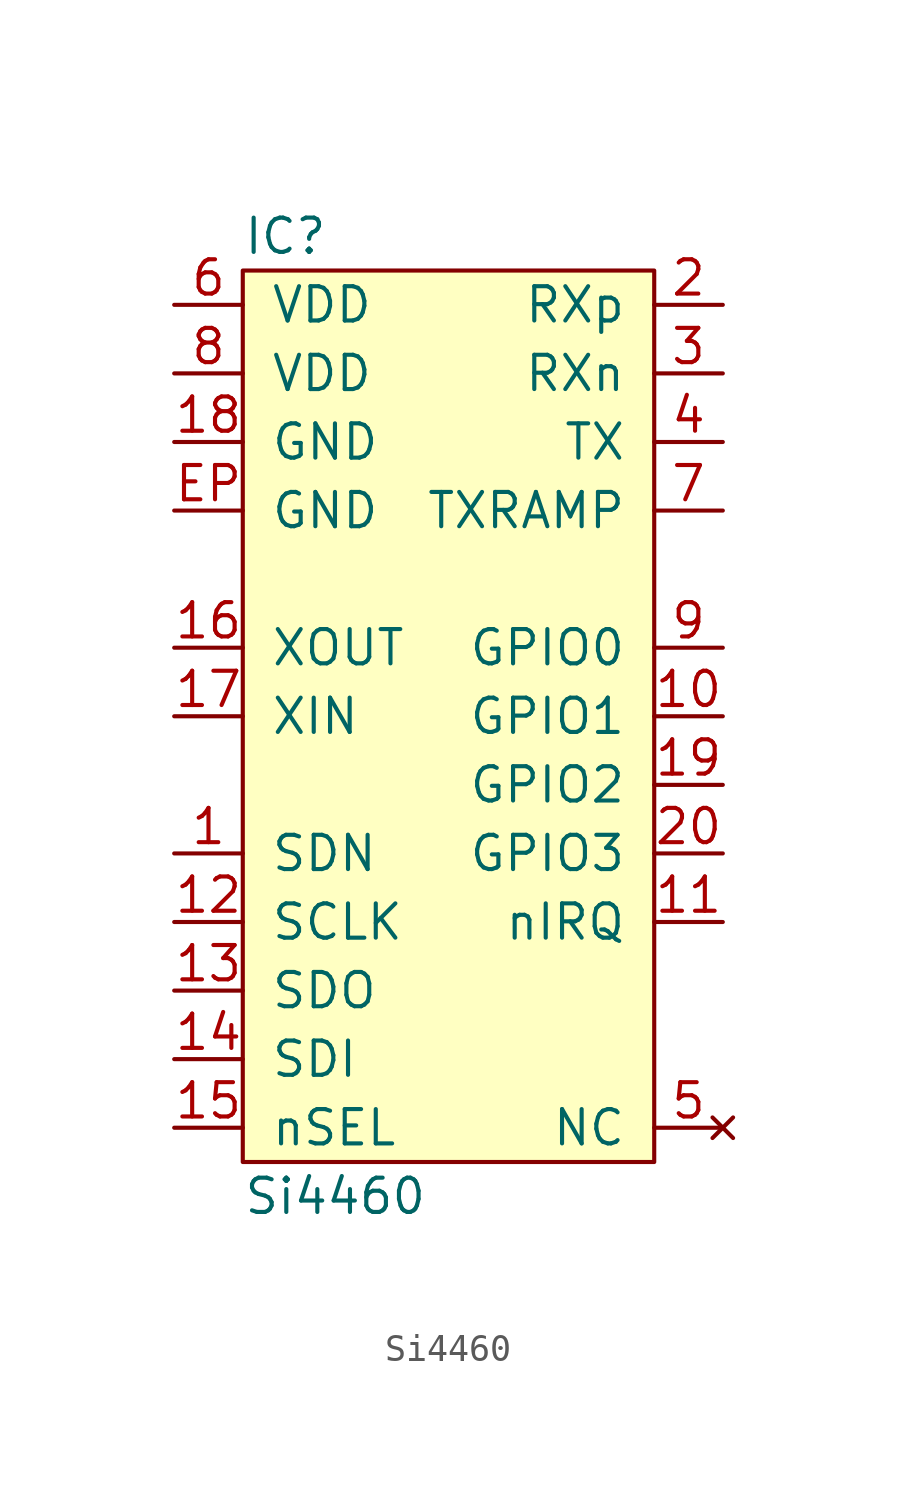
<source format=kicad_sym>
(kicad_symbol_lib
  (version 20211014)
  (generator kicad_symbol_editor)
  (symbol "Si4460"
    (pin_names
      (offset 1.016))
    (property "Reference" "IC"
      (at -7.62 17.78 0)
      (effects (font (size 1.27 1.27)) (justify left)))
    (property "Value" "Si4460"
      (at -7.62 -17.78 0)
      (effects (font (size 1.27 1.27)) (justify left)))
    (symbol "Si4460_0_1"
      (rectangle (start -7.62 16.51) (end 7.62 -16.51) (stroke (width 0) (type default) (color 0 0 0 0)) (fill (type background))))
    (symbol "Si4460_1_1"
      (pin input line (at -10.16 -5.08 0) (length 2.54) (name "SDN" (effects (font (size 1.27 1.27)))) (number "1" (effects (font (size 1.27 1.27)))))
      (pin bidirectional line (at 10.16 0 180) (length 2.54) (name "GPIO1" (effects (font (size 1.27 1.27)))) (number "10" (effects (font (size 1.27 1.27)))))
      (pin output line (at 10.16 -7.62 180) (length 2.54) (name "nIRQ" (effects (font (size 1.27 1.27)))) (number "11" (effects (font (size 1.27 1.27)))))
      (pin input line (at -10.16 -7.62 0) (length 2.54) (name "SCLK" (effects (font (size 1.27 1.27)))) (number "12" (effects (font (size 1.27 1.27)))))
      (pin output line (at -10.16 -10.16 0) (length 2.54) (name "SDO" (effects (font (size 1.27 1.27)))) (number "13" (effects (font (size 1.27 1.27)))))
      (pin input line (at -10.16 -12.7 0) (length 2.54) (name "SDI" (effects (font (size 1.27 1.27)))) (number "14" (effects (font (size 1.27 1.27)))))
      (pin input line (at -10.16 -15.24 0) (length 2.54) (name "nSEL" (effects (font (size 1.27 1.27)))) (number "15" (effects (font (size 1.27 1.27)))))
      (pin output line (at -10.16 2.54 0) (length 2.54) (name "XOUT" (effects (font (size 1.27 1.27)))) (number "16" (effects (font (size 1.27 1.27)))))
      (pin input line (at -10.16 0 0) (length 2.54) (name "XIN" (effects (font (size 1.27 1.27)))) (number "17" (effects (font (size 1.27 1.27)))))
      (pin power_in line (at -10.16 10.16 0) (length 2.54) (name "GND" (effects (font (size 1.27 1.27)))) (number "18" (effects (font (size 1.27 1.27)))))
      (pin bidirectional line (at 10.16 -2.54 180) (length 2.54) (name "GPIO2" (effects (font (size 1.27 1.27)))) (number "19" (effects (font (size 1.27 1.27)))))
      (pin input line (at 10.16 15.24 180) (length 2.54) (name "RXp" (effects (font (size 1.27 1.27)))) (number "2" (effects (font (size 1.27 1.27)))))
      (pin bidirectional line (at 10.16 -5.08 180) (length 2.54) (name "GPIO3" (effects (font (size 1.27 1.27)))) (number "20" (effects (font (size 1.27 1.27)))))
      (pin input line (at 10.16 12.7 180) (length 2.54) (name "RXn" (effects (font (size 1.27 1.27)))) (number "3" (effects (font (size 1.27 1.27)))))
      (pin output line (at 10.16 10.16 180) (length 2.54) (name "TX" (effects (font (size 1.27 1.27)))) (number "4" (effects (font (size 1.27 1.27)))))
      (pin no_connect line (at 10.16 -15.24 180) (length 2.54) (name "NC" (effects (font (size 1.27 1.27)))) (number "5" (effects (font (size 1.27 1.27)))))
      (pin power_in line (at -10.16 15.24 0) (length 2.54) (name "VDD" (effects (font (size 1.27 1.27)))) (number "6" (effects (font (size 1.27 1.27)))))
      (pin output line (at 10.16 7.62 180) (length 2.54) (name "TXRAMP" (effects (font (size 1.27 1.27)))) (number "7" (effects (font (size 1.27 1.27)))))
      (pin power_in line (at -10.16 12.7 0) (length 2.54) (name "VDD" (effects (font (size 1.27 1.27)))) (number "8" (effects (font (size 1.27 1.27)))))
      (pin bidirectional line (at 10.16 2.54 180) (length 2.54) (name "GPIO0" (effects (font (size 1.27 1.27)))) (number "9" (effects (font (size 1.27 1.27)))))
      (pin power_in line (at -10.16 7.62 0) (length 2.54) (name "GND" (effects (font (size 1.27 1.27)))) (number "EP" (effects (font (size 1.27 1.27))))))))
</source>
